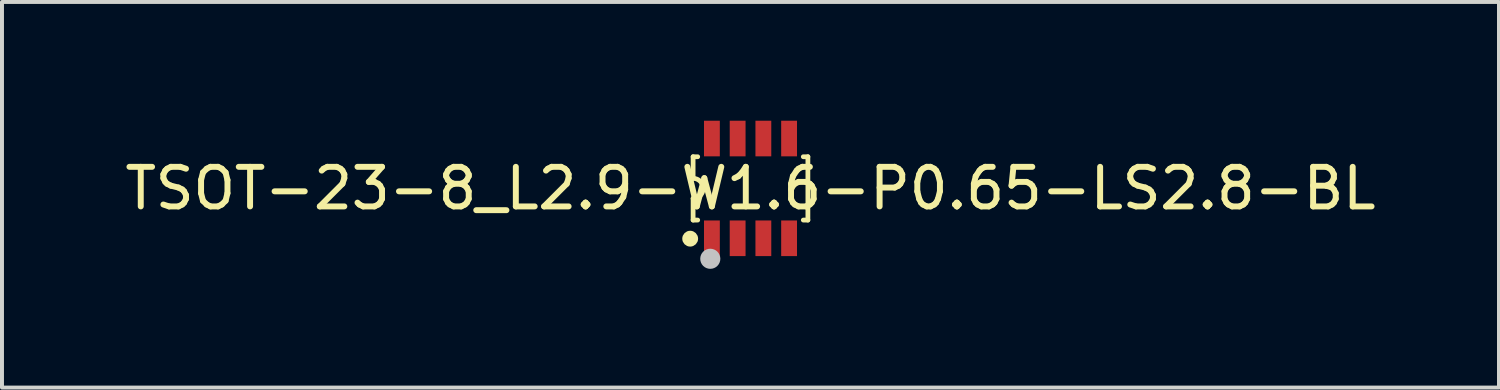
<source format=kicad_pcb>
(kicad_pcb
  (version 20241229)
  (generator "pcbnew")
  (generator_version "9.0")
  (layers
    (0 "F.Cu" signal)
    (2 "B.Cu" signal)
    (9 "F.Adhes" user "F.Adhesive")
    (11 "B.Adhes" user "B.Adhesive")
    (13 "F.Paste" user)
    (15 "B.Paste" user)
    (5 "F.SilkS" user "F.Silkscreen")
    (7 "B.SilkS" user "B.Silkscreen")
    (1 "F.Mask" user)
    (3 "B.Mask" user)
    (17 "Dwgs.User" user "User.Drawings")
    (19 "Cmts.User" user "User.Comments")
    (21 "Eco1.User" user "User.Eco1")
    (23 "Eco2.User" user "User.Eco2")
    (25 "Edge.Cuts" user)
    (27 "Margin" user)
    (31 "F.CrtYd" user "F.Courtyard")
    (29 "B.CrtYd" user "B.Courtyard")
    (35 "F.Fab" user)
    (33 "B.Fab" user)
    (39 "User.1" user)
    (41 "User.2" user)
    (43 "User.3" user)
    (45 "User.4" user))
  (footprint "TSOT-23-8_L2.9-W1.6-P0.65-LS2.8-BL"
    (layer "F.Cu")
    (at 15.911 1.71)
    (property "Reference" "TSOT-23-8_L2.9-W1.6-P0.65-LS2.8-BL" (at 0 0 0) (layer "F.SilkS") (effects (font (size 1 1) (thickness 0.15))))
    (fp_line (start -1.45 -0.8) (end -1.45 -0.254) (stroke (width 0.12) (type default)) (layer "F.SilkS"))
    (fp_line (start -1.45 -0.8) (end -1.334 -0.8) (stroke (width 0.12) (type default)) (layer "F.SilkS"))
    (fp_line (start -1.45 0.8) (end -1.45 0.254) (stroke (width 0.12) (type default)) (layer "F.SilkS"))
    (fp_line (start -1.45 0.8) (end -1.334 0.8) (stroke (width 0.12) (type default)) (layer "F.SilkS"))
    (fp_line (start 1.334 -0.8) (end 1.45 -0.8) (stroke (width 0.12) (type default)) (layer "F.SilkS"))
    (fp_line (start 1.334 0.8) (end 1.45 0.8) (stroke (width 0.12) (type default)) (layer "F.SilkS"))
    (fp_line (start 1.45 0.8) (end 1.45 -0.8) (stroke (width 0.12) (type default)) (layer "F.SilkS"))
    (fp_arc (start -1.45 -0.254) (mid -1.198482 0.00075) (end -1.4505 0.255) (stroke (width 0.12) (type default)) (layer "F.SilkS"))
    (fp_circle (center -1.524 1.27) (end -1.424 1.27) (stroke (width 0.2) (type default)) (fill no) (layer "F.SilkS"))
    (fp_circle (center -1.016 1.778) (end -0.889 1.778) (stroke (width 0.254) (type default)) (fill no) (layer "Dwgs.User"))
    (fp_poly (pts (xy -1.125 -0.95) (xy -1.125 -1.4) (xy -0.825 -1.4) (xy -0.825 -0.95)) (stroke (width 0.1) (type default)) (fill no) (layer "User.1"))
    (fp_poly (pts (xy -1.125 -0.765) (xy -1.125 -0.96) (xy -0.825 -0.96) (xy -0.825 -0.765)) (stroke (width 0.1) (type default)) (fill no) (layer "User.1"))
    (fp_poly (pts (xy -1.125 0.96) (xy -1.125 0.765) (xy -0.825 0.765) (xy -0.825 0.96)) (stroke (width 0.1) (type default)) (fill no) (layer "User.1"))
    (fp_poly (pts (xy -1.125 1.4) (xy -1.125 0.95) (xy -0.825 0.95) (xy -0.825 1.4)) (stroke (width 0.1) (type default)) (fill no) (layer "User.1"))
    (fp_poly (pts (xy -0.475 -0.95) (xy -0.475 -1.4) (xy -0.175 -1.4) (xy -0.175 -0.95)) (stroke (width 0.1) (type default)) (fill no) (layer "User.1"))
    (fp_poly (pts (xy -0.475 -0.765) (xy -0.475 -0.96) (xy -0.175 -0.96) (xy -0.175 -0.765)) (stroke (width 0.1) (type default)) (fill no) (layer "User.1"))
    (fp_poly (pts (xy -0.475 0.96) (xy -0.475 0.765) (xy -0.175 0.765) (xy -0.175 0.96)) (stroke (width 0.1) (type default)) (fill no) (layer "User.1"))
    (fp_poly (pts (xy -0.475 1.4) (xy -0.475 0.95) (xy -0.175 0.95) (xy -0.175 1.4)) (stroke (width 0.1) (type default)) (fill no) (layer "User.1"))
    (fp_poly (pts (xy 0.175 -0.95) (xy 0.175 -1.4) (xy 0.475 -1.4) (xy 0.475 -0.95)) (stroke (width 0.1) (type default)) (fill no) (layer "User.1"))
    (fp_poly (pts (xy 0.175 -0.765) (xy 0.175 -0.96) (xy 0.475 -0.96) (xy 0.475 -0.765)) (stroke (width 0.1) (type default)) (fill no) (layer "User.1"))
    (fp_poly (pts (xy 0.175 0.96) (xy 0.175 0.765) (xy 0.475 0.765) (xy 0.475 0.96)) (stroke (width 0.1) (type default)) (fill no) (layer "User.1"))
    (fp_poly (pts (xy 0.175 1.4) (xy 0.175 0.95) (xy 0.475 0.95) (xy 0.475 1.4)) (stroke (width 0.1) (type default)) (fill no) (layer "User.1"))
    (fp_poly (pts (xy 0.825 -0.95) (xy 0.825 -1.4) (xy 1.125 -1.4) (xy 1.125 -0.95)) (stroke (width 0.1) (type default)) (fill no) (layer "User.1"))
    (fp_poly (pts (xy 0.825 -0.765) (xy 0.825 -0.96) (xy 1.125 -0.96) (xy 1.125 -0.765)) (stroke (width 0.1) (type default)) (fill no) (layer "User.1"))
    (fp_poly (pts (xy 0.825 0.96) (xy 0.825 0.765) (xy 1.125 0.765) (xy 1.125 0.96)) (stroke (width 0.1) (type default)) (fill no) (layer "User.1"))
    (fp_poly (pts (xy 0.825 1.4) (xy 0.825 0.95) (xy 1.125 0.95) (xy 1.125 1.4)) (stroke (width 0.1) (type default)) (fill no) (layer "User.1"))
    (fp_line (start -1.45 -0.775) (end 1.45 -0.775) (stroke (width 0.051) (type default)) (layer "User.2"))
    (fp_line (start -1.45 0.775) (end -1.45 -0.775) (stroke (width 0.051) (type default)) (layer "User.2"))
    (fp_line (start 1.45 -0.775) (end 1.45 0.775) (stroke (width 0.051) (type default)) (layer "User.2"))
    (fp_line (start 1.45 0.775) (end -1.45 0.775) (stroke (width 0.051) (type default)) (layer "User.2"))
    (fp_poly (pts (xy -1.39 1.4) (xy -1.408 1.358) (xy -1.45 1.34) (xy -1.492 1.358) (xy -1.51 1.4) (xy -1.492 1.442) (xy -1.45 1.46) (xy -1.408 1.442)) (stroke (width 0.1) (type default)) (fill no) (layer "User.3"))
    (pad "1" smd rect (at -0.975 1.26) (size 0.4 0.9) (layers "F.Cu" "F.Mask" "F.Paste"))
    (pad "2" smd rect (at -0.325 1.26) (size 0.4 0.9) (layers "F.Cu" "F.Mask" "F.Paste"))
    (pad "3" smd rect (at 0.325 1.26) (size 0.4 0.9) (layers "F.Cu" "F.Mask" "F.Paste"))
    (pad "4" smd rect (at 0.975 1.26) (size 0.4 0.9) (layers "F.Cu" "F.Mask" "F.Paste"))
    (pad "5" smd rect (at 0.975 -1.26) (size 0.4 0.9) (layers "F.Cu" "F.Mask" "F.Paste"))
    (pad "6" smd rect (at 0.325 -1.26) (size 0.4 0.9) (layers "F.Cu" "F.Mask" "F.Paste"))
    (pad "7" smd rect (at -0.325 -1.26) (size 0.4 0.9) (layers "F.Cu" "F.Mask" "F.Paste"))
    (pad "8" smd rect (at -0.975 -1.26) (size 0.4 0.9) (layers "F.Cu" "F.Mask" "F.Paste")))
  (gr_rect
    (start -3 -3)
    (end 34.821 6.742)
    (stroke (width 0.1) (type default))
    (fill no)
    (layer "Edge.Cuts")))
</source>
